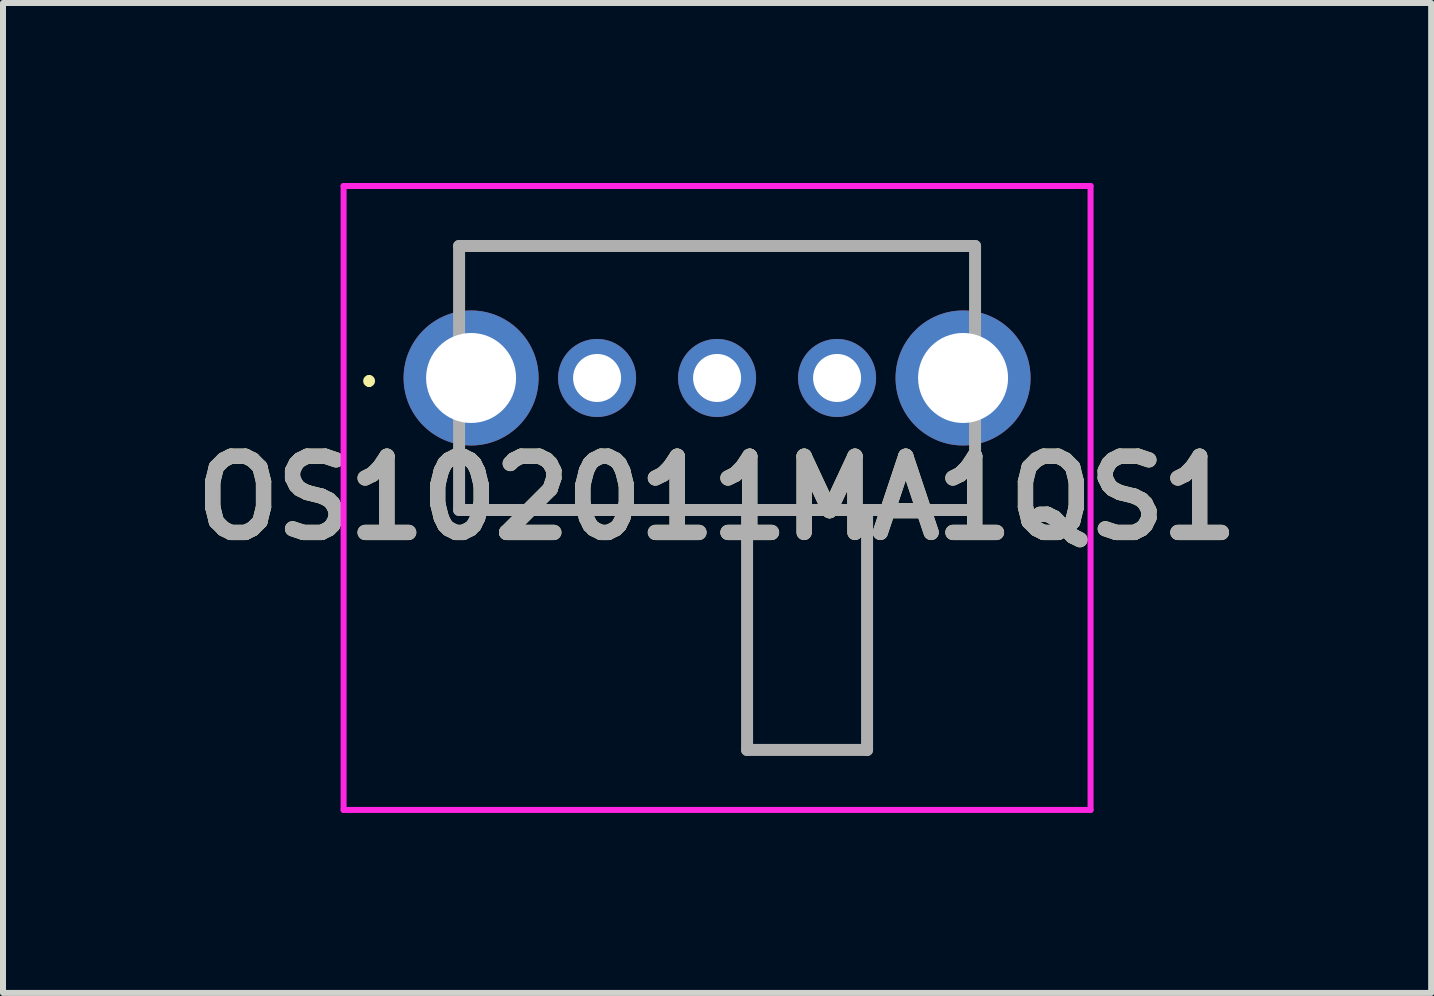
<source format=kicad_pcb>
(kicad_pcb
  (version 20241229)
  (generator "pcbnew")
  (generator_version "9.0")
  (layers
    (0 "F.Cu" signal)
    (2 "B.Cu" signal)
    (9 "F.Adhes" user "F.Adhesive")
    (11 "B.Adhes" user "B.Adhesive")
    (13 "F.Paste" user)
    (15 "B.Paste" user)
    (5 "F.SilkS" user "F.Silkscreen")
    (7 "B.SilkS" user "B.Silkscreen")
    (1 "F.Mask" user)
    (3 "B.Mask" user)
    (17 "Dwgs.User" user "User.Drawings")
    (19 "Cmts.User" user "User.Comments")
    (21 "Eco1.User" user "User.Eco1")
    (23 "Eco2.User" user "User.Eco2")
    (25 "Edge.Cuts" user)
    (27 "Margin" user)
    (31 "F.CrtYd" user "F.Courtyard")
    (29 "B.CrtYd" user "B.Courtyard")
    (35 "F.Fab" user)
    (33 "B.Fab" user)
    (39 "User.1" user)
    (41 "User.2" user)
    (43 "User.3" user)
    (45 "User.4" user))
  (footprint "OS102011MA1QS1"
    (layer "F.Cu")
    (at 6.902 3.25)
    (property "Reference" "OS102011MA1QS1" (at 2 2 0) (layer "F.SilkS") (effects (font (size 1.27 1.27) (thickness 0.254))))
    (attr through_hole)
    (fp_line (start -3.8 0) (end -3.8 0) (stroke (width 0.1) (type solid)) (layer "F.SilkS"))
    (fp_line (start -3.8 0.1) (end -3.8 0.1) (stroke (width 0.1) (type solid)) (layer "F.SilkS"))
    (fp_line (start -2.3 -2.2) (end 6.3 -2.2) (stroke (width 0.1) (type solid)) (layer "F.SilkS"))
    (fp_line (start -2.3 -1.6) (end -2.3 -2.2) (stroke (width 0.1) (type solid)) (layer "F.SilkS"))
    (fp_line (start -2.3 1.6) (end -2.3 2.2) (stroke (width 0.1) (type solid)) (layer "F.SilkS"))
    (fp_line (start -2.3 2.2) (end 6.3 2.2) (stroke (width 0.1) (type solid)) (layer "F.SilkS"))
    (fp_line (start 2.5 2.2) (end 2.5 6.2) (stroke (width 0.1) (type solid)) (layer "F.SilkS"))
    (fp_line (start 2.5 6.2) (end 4.5 6.2) (stroke (width 0.1) (type solid)) (layer "F.SilkS"))
    (fp_line (start 4.5 6.2) (end 4.5 2.2) (stroke (width 0.1) (type solid)) (layer "F.SilkS"))
    (fp_line (start 6.3 -2.2) (end 6.3 -1.6) (stroke (width 0.1) (type solid)) (layer "F.SilkS"))
    (fp_line (start 6.3 2.2) (end 6.3 1.6) (stroke (width 0.1) (type solid)) (layer "F.SilkS"))
    (fp_arc (start -3.8 0) (mid -3.75 0.05) (end -3.8 0.1) (stroke (width 0.1) (type solid)) (layer "F.SilkS"))
    (fp_arc (start -3.8 0.1) (mid -3.85 0.05) (end -3.8 0) (stroke (width 0.1) (type solid)) (layer "F.SilkS"))
    (fp_line (start -4.225 -3.2) (end 8.225 -3.2) (stroke (width 0.1) (type solid)) (layer "F.CrtYd"))
    (fp_line (start -4.225 7.2) (end -4.225 -3.2) (stroke (width 0.1) (type solid)) (layer "F.CrtYd"))
    (fp_line (start 8.225 -3.2) (end 8.225 7.2) (stroke (width 0.1) (type solid)) (layer "F.CrtYd"))
    (fp_line (start 8.225 7.2) (end -4.225 7.2) (stroke (width 0.1) (type solid)) (layer "F.CrtYd"))
    (fp_line (start -2.3 -2.2) (end 6.3 -2.2) (stroke (width 0.2) (type solid)) (layer "F.Fab"))
    (fp_line (start -2.3 2.2) (end -2.3 -2.2) (stroke (width 0.2) (type solid)) (layer "F.Fab"))
    (fp_line (start 2.5 2.2) (end 2.5 6.2) (stroke (width 0.2) (type solid)) (layer "F.Fab"))
    (fp_line (start 2.5 6.2) (end 4.5 6.2) (stroke (width 0.2) (type solid)) (layer "F.Fab"))
    (fp_line (start 4.5 6.2) (end 4.5 2.2) (stroke (width 0.2) (type solid)) (layer "F.Fab"))
    (fp_line (start 6.3 -2.2) (end 6.3 2.2) (stroke (width 0.2) (type solid)) (layer "F.Fab"))
    (fp_line (start 6.3 2.2) (end -2.3 2.2) (stroke (width 0.2) (type solid)) (layer "F.Fab"))
    (fp_text user "${REFERENCE}" (at 2 2 0) (layer "F.Fab") (effects (font (size 1.27 1.27) (thickness 0.254))))
    (pad "1" thru_hole circle (at 0 0) (size 1.3 1.3) (drill 0.8) (layers "*.Cu" "*.Mask"))
    (pad "2" thru_hole circle (at 2 0) (size 1.3 1.3) (drill 0.8) (layers "*.Cu" "*.Mask"))
    (pad "3" thru_hole circle (at 4 0) (size 1.3 1.3) (drill 0.8) (layers "*.Cu" "*.Mask"))
    (pad "MH1" thru_hole circle (at -2.1 0) (size 2.25 2.25) (drill 1.5) (layers "*.Cu" "*.Mask"))
    (pad "MH2" thru_hole circle (at 6.1 0) (size 2.25 2.25) (drill 1.5) (layers "*.Cu" "*.Mask")))
  (gr_rect
    (start -3 -3)
    (end 20.804 13.5)
    (stroke (width 0.1) (type default))
    (fill no)
    (layer "Edge.Cuts")))
</source>
